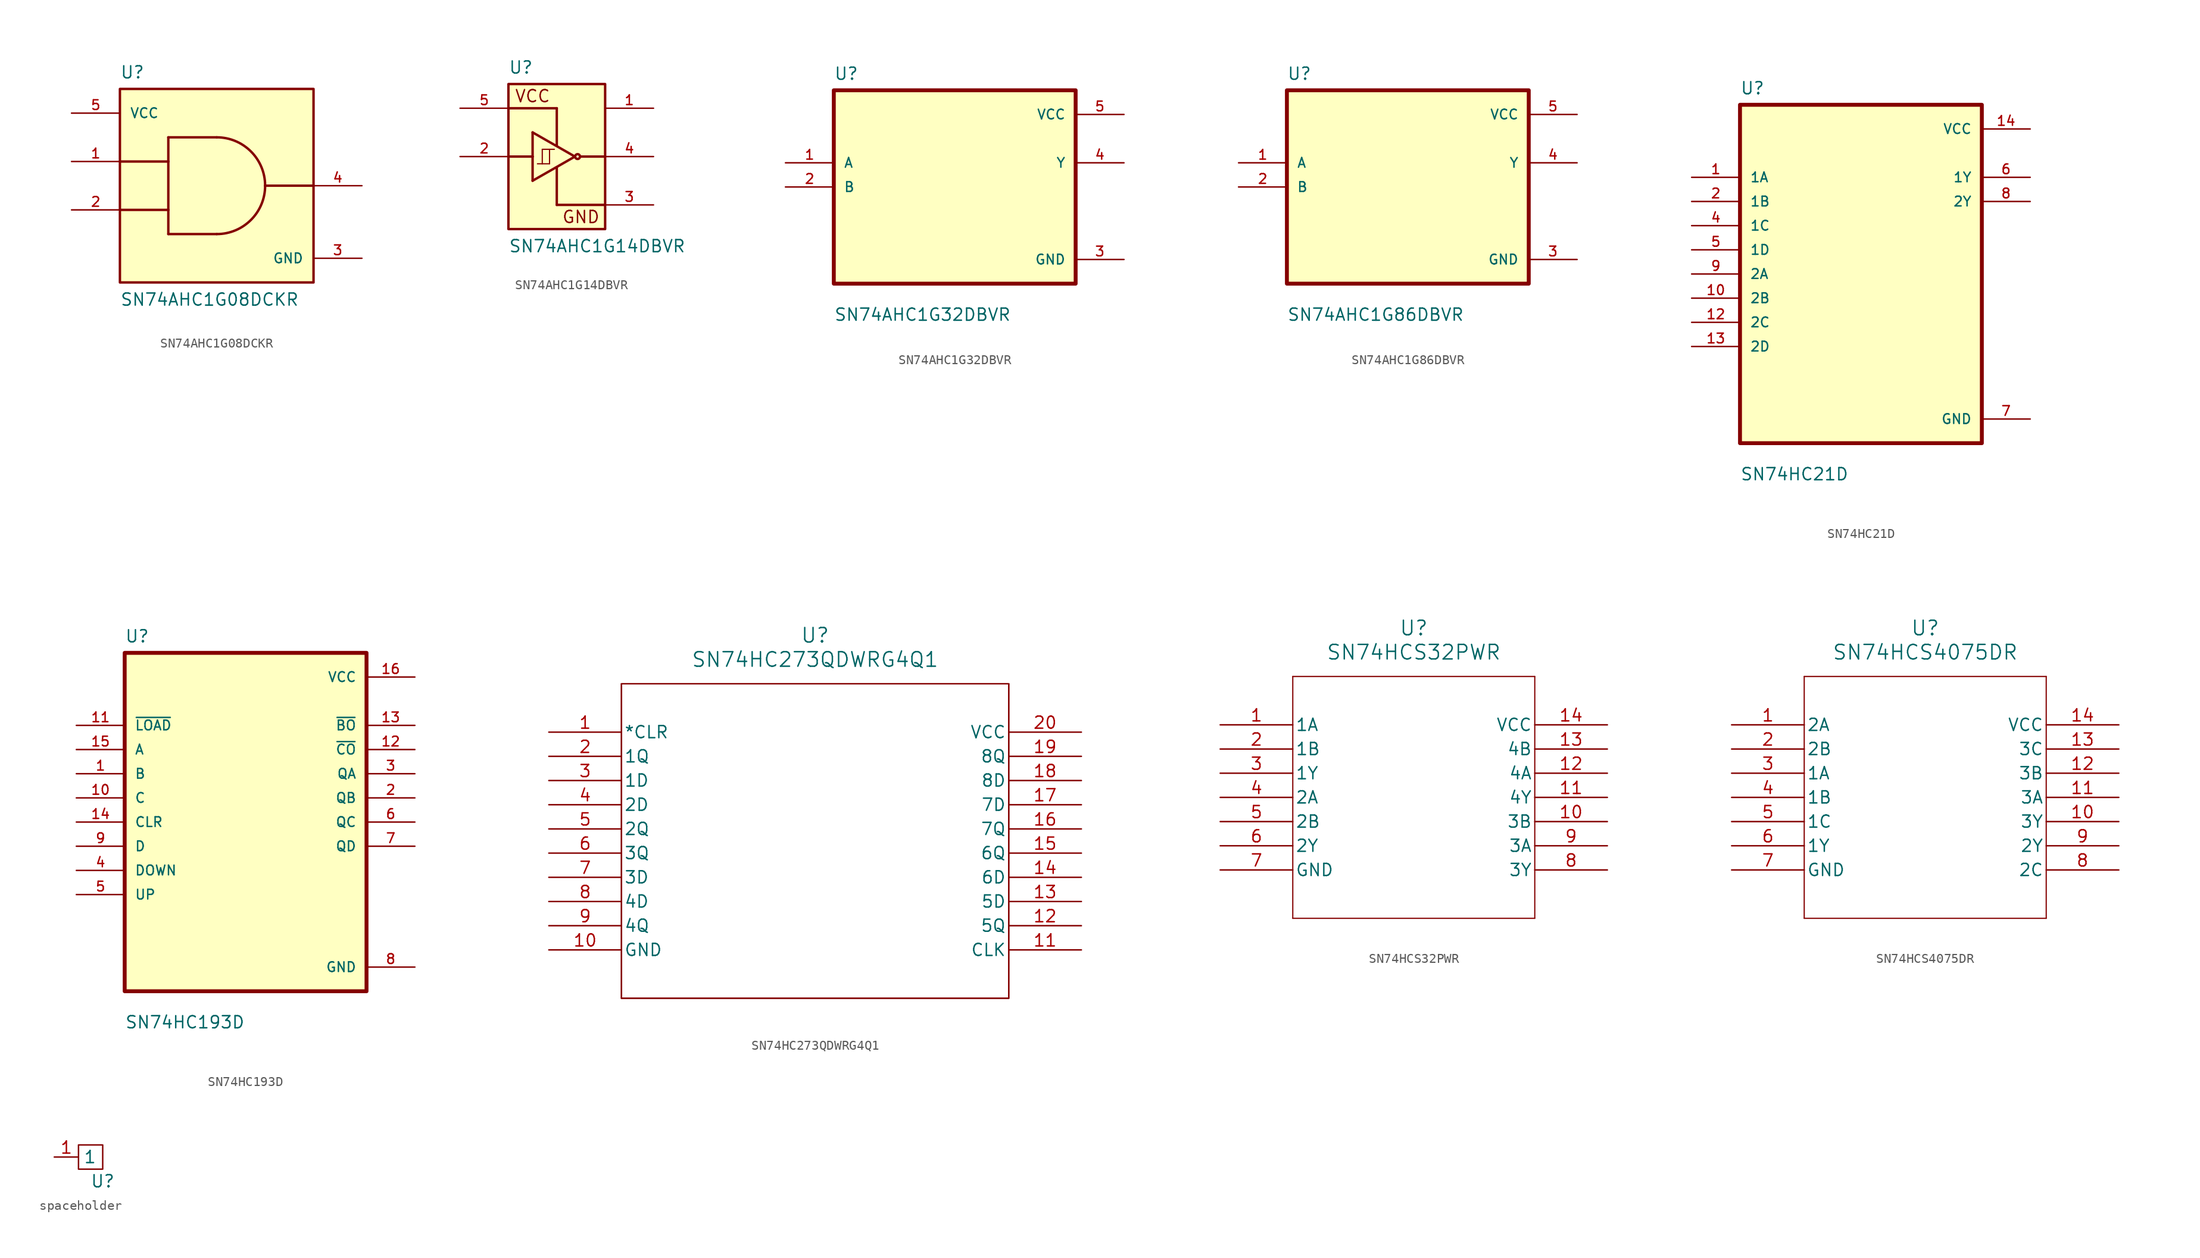
<source format=kicad_sym>
(kicad_symbol_lib
  (version 20220914)
  (generator kicad_symbol_editor)
  (symbol "SN74AHC1G08DCKR"
    (pin_names
      (offset 1.016))
    (property "Reference" "U"
      (at -10.16 11.16 0)
      (effects (font (size 1.27 1.27)) (justify left bottom)))
    (property "Value" "SN74AHC1G08DCKR"
      (at -10.16 -12.7 0)
      (effects (font (size 1.27 1.27)) (justify left bottom)))
    (symbol "SN74AHC1G08DCKR_0_0"
      (rectangle (start -10.16 10.16) (end 10.16 -10.16) (stroke (width 0.254) (type default)) (fill (type background)))
      (arc (start 0 -5.08) (mid 3.5921 -3.5921) (end 5.08 0) (stroke (width 0.254) (type default)) (fill (type none)))
      (polyline (pts (xy -10.16 2.54) (xy -5.08 2.54)) (stroke (width 0.254) (type default)) (fill (type none)))
      (polyline (pts (xy -5.08 -5.08) (xy 0 -5.08)) (stroke (width 0.254) (type default)) (fill (type none)))
      (polyline (pts (xy -5.08 -2.54) (xy -10.16 -2.54)) (stroke (width 0.254) (type default)) (fill (type none)))
      (polyline (pts (xy -5.08 -2.54) (xy -5.08 -5.08)) (stroke (width 0.254) (type default)) (fill (type none)))
      (polyline (pts (xy -5.08 2.54) (xy -5.08 -2.54)) (stroke (width 0.254) (type default)) (fill (type none)))
      (polyline (pts (xy -5.08 5.08) (xy -5.08 2.54)) (stroke (width 0.254) (type default)) (fill (type none)))
      (polyline (pts (xy -5.08 5.08) (xy 0 5.08)) (stroke (width 0.254) (type default)) (fill (type none)))
      (polyline (pts (xy 10.16 0) (xy 5.08 0)) (stroke (width 0.254) (type default)) (fill (type none)))
      (arc (start 5.08 0) (mid 3.5921 3.5921) (end 0 5.08) (stroke (width 0.254) (type default)) (fill (type none)))
      (pin input line (at -15.24 2.54 0) (length 5.08) (name "~" (effects (font (size 1.016 1.016)))) (number "1" (effects (font (size 1.016 1.016)))))
      (pin input line (at -15.24 -2.54 0) (length 5.08) (name "~" (effects (font (size 1.016 1.016)))) (number "2" (effects (font (size 1.016 1.016)))))
      (pin power_in line (at 15.24 -7.62 180) (length 5.08) (name "GND" (effects (font (size 1.016 1.016)))) (number "3" (effects (font (size 1.016 1.016)))))
      (pin output line (at 15.24 0 180) (length 5.08) (name "~" (effects (font (size 1.016 1.016)))) (number "4" (effects (font (size 1.016 1.016)))))
      (pin power_in line (at -15.24 7.62 0) (length 5.08) (name "VCC" (effects (font (size 1.016 1.016)))) (number "5" (effects (font (size 1.016 1.016)))))))
  (symbol "SN74AHC1G14DBVR"
    (pin_names
      (offset 1.016))
    (property "Reference" "U"
      (at -5.08 8.62 0)
      (effects (font (size 1.27 1.27)) (justify left bottom)))
    (property "Value" "SN74AHC1G14DBVR"
      (at -5.08 -10.16 0)
      (effects (font (size 1.27 1.27)) (justify left bottom)))
    (symbol "SN74AHC1G14DBVR_0_0"
      (rectangle (start -5.08 -7.62) (end 5.08 7.62) (stroke (width 0.254) (type default)) (fill (type background)))
      (polyline (pts (xy -5.08 0) (xy -2.54 0)) (stroke (width 0.254) (type default)) (fill (type none)))
      (polyline (pts (xy -5.08 5.08) (xy 0 5.08)) (stroke (width 0.254) (type default)) (fill (type none)))
      (polyline (pts (xy -2.54 -2.54) (xy -2.54 0)) (stroke (width 0.254) (type default)) (fill (type none)))
      (polyline (pts (xy -2.54 0) (xy -2.54 2.54)) (stroke (width 0.254) (type default)) (fill (type none)))
      (polyline (pts (xy -2.54 2.54) (xy 1.905 0)) (stroke (width 0.254) (type default)) (fill (type none)))
      (polyline (pts (xy -1.524 -0.762) (xy -2.032 -0.762)) (stroke (width 0.127) (type default)) (fill (type none)))
      (polyline (pts (xy -1.524 -0.762) (xy -0.762 -0.762)) (stroke (width 0.127) (type default)) (fill (type none)))
      (polyline (pts (xy -1.524 0.762) (xy -1.524 -0.762)) (stroke (width 0.127) (type default)) (fill (type none)))
      (polyline (pts (xy -0.762 -0.762) (xy -0.762 0.762)) (stroke (width 0.127) (type default)) (fill (type none)))
      (polyline (pts (xy -0.762 0.762) (xy -1.524 0.762)) (stroke (width 0.127) (type default)) (fill (type none)))
      (polyline (pts (xy -0.762 0.762) (xy -0.254 0.762)) (stroke (width 0.127) (type default)) (fill (type none)))
      (polyline (pts (xy 0 -5.08) (xy 5.08 -5.08)) (stroke (width 0.254) (type default)) (fill (type none)))
      (polyline (pts (xy 0 -1.143) (xy 0 -5.08)) (stroke (width 0.254) (type default)) (fill (type none)))
      (polyline (pts (xy 0 5.08) (xy 0 1.143)) (stroke (width 0.254) (type default)) (fill (type none)))
      (polyline (pts (xy 1.905 0) (xy -2.54 -2.54)) (stroke (width 0.254) (type default)) (fill (type none)))
      (polyline (pts (xy 2.54 0) (xy 5.08 0)) (stroke (width 0.254) (type default)) (fill (type none)))
      (circle (center 2.184 0) (radius 0.254) (stroke (width 0.254) (type default)) (fill (type none)))
      (pin passive line (at 10.16 5.08 180) (length 5.08) (name "~" (effects (font (size 1.016 1.016)))) (number "1" (effects (font (size 1.016 1.016)))))
      (pin input line (at -10.16 0 0) (length 5.08) (name "~" (effects (font (size 1.016 1.016)))) (number "2" (effects (font (size 1.016 1.016)))))
      (pin power_in line (at 10.16 -5.08 180) (length 5.08) (name "~" (effects (font (size 1.016 1.016)))) (number "3" (effects (font (size 1.016 1.016)))))
      (pin output line (at 10.16 0 180) (length 5.08) (name "~" (effects (font (size 1.016 1.016)))) (number "4" (effects (font (size 1.016 1.016)))))
      (pin power_in line (at -10.16 5.08 0) (length 5.08) (name "~" (effects (font (size 1.016 1.016)))) (number "5" (effects (font (size 1.016 1.016))))))
    (symbol "SN74AHC1G14DBVR_1_1"
      (text "GND" (at 2.54 -6.35 0) (effects (font (size 1.27 1.27))))
      (text "VCC" (at -2.54 6.35 0) (effects (font (size 1.27 1.27))))))
  (symbol "SN74AHC1G32DBVR"
    (pin_names
      (offset 1.016))
    (property "Reference" "U"
      (at -12.7 11.16 0)
      (effects (font (size 1.27 1.27)) (justify left bottom)))
    (property "Value" "SN74AHC1G32DBVR"
      (at -12.7 -14.16 0)
      (effects (font (size 1.27 1.27)) (justify left bottom)))
    (symbol "SN74AHC1G32DBVR_0_0"
      (rectangle (start -12.7 10.16) (end 12.7 -10.16) (stroke (width 0.41) (type default)) (fill (type background)))
      (pin input line (at -17.78 2.54 0) (length 5.08) (name "A" (effects (font (size 1.016 1.016)))) (number "1" (effects (font (size 1.016 1.016)))))
      (pin input line (at -17.78 0 0) (length 5.08) (name "B" (effects (font (size 1.016 1.016)))) (number "2" (effects (font (size 1.016 1.016)))))
      (pin power_in line (at 17.78 -7.62 180) (length 5.08) (name "GND" (effects (font (size 1.016 1.016)))) (number "3" (effects (font (size 1.016 1.016)))))
      (pin output line (at 17.78 2.54 180) (length 5.08) (name "Y" (effects (font (size 1.016 1.016)))) (number "4" (effects (font (size 1.016 1.016)))))
      (pin power_in line (at 17.78 7.62 180) (length 5.08) (name "VCC" (effects (font (size 1.016 1.016)))) (number "5" (effects (font (size 1.016 1.016)))))))
  (symbol "SN74AHC1G86DBVR"
    (pin_names
      (offset 1.016))
    (property "Reference" "U"
      (at -12.7 11.16 0)
      (effects (font (size 1.27 1.27)) (justify left bottom)))
    (property "Value" "SN74AHC1G86DBVR"
      (at -12.7 -14.16 0)
      (effects (font (size 1.27 1.27)) (justify left bottom)))
    (symbol "SN74AHC1G86DBVR_0_0"
      (rectangle (start -12.7 -10.16) (end 12.7 10.16) (stroke (width 0.41) (type default)) (fill (type background)))
      (pin input line (at -17.78 2.54 0) (length 5.08) (name "A" (effects (font (size 1.016 1.016)))) (number "1" (effects (font (size 1.016 1.016)))))
      (pin input line (at -17.78 0 0) (length 5.08) (name "B" (effects (font (size 1.016 1.016)))) (number "2" (effects (font (size 1.016 1.016)))))
      (pin power_in line (at 17.78 -7.62 180) (length 5.08) (name "GND" (effects (font (size 1.016 1.016)))) (number "3" (effects (font (size 1.016 1.016)))))
      (pin output line (at 17.78 2.54 180) (length 5.08) (name "Y" (effects (font (size 1.016 1.016)))) (number "4" (effects (font (size 1.016 1.016)))))
      (pin power_in line (at 17.78 7.62 180) (length 5.08) (name "VCC" (effects (font (size 1.016 1.016)))) (number "5" (effects (font (size 1.016 1.016)))))))
  (symbol "SN74HC21D"
    (pin_names
      (offset 1.016))
    (property "Reference" "U"
      (at -12.7 18.78 0)
      (effects (font (size 1.27 1.27)) (justify left bottom)))
    (property "Value" "SN74HC21D"
      (at -12.7 -21.78 0)
      (effects (font (size 1.27 1.27)) (justify left bottom)))
    (symbol "SN74HC21D_0_0"
      (rectangle (start -12.7 -17.78) (end 12.7 17.78) (stroke (width 0.41) (type default)) (fill (type background)))
      (pin input line (at -17.78 10.16 0) (length 5.08) (name "1A" (effects (font (size 1.016 1.016)))) (number "1" (effects (font (size 1.016 1.016)))))
      (pin input line (at -17.78 -2.54 0) (length 5.08) (name "2B" (effects (font (size 1.016 1.016)))) (number "10" (effects (font (size 1.016 1.016)))))
      (pin input line (at -17.78 -5.08 0) (length 5.08) (name "2C" (effects (font (size 1.016 1.016)))) (number "12" (effects (font (size 1.016 1.016)))))
      (pin input line (at -17.78 -7.62 0) (length 5.08) (name "2D" (effects (font (size 1.016 1.016)))) (number "13" (effects (font (size 1.016 1.016)))))
      (pin power_in line (at 17.78 15.24 180) (length 5.08) (name "VCC" (effects (font (size 1.016 1.016)))) (number "14" (effects (font (size 1.016 1.016)))))
      (pin input line (at -17.78 7.62 0) (length 5.08) (name "1B" (effects (font (size 1.016 1.016)))) (number "2" (effects (font (size 1.016 1.016)))))
      (pin input line (at -17.78 5.08 0) (length 5.08) (name "1C" (effects (font (size 1.016 1.016)))) (number "4" (effects (font (size 1.016 1.016)))))
      (pin input line (at -17.78 2.54 0) (length 5.08) (name "1D" (effects (font (size 1.016 1.016)))) (number "5" (effects (font (size 1.016 1.016)))))
      (pin output line (at 17.78 10.16 180) (length 5.08) (name "1Y" (effects (font (size 1.016 1.016)))) (number "6" (effects (font (size 1.016 1.016)))))
      (pin power_in line (at 17.78 -15.24 180) (length 5.08) (name "GND" (effects (font (size 1.016 1.016)))) (number "7" (effects (font (size 1.016 1.016)))))
      (pin output line (at 17.78 7.62 180) (length 5.08) (name "2Y" (effects (font (size 1.016 1.016)))) (number "8" (effects (font (size 1.016 1.016)))))
      (pin input line (at -17.78 0 0) (length 5.08) (name "2A" (effects (font (size 1.016 1.016)))) (number "9" (effects (font (size 1.016 1.016)))))))
  (symbol "SN74HC193D"
    (pin_names
      (offset 1.016))
    (property "Reference" "U"
      (at -12.7 18.78 0)
      (effects (font (size 1.27 1.27)) (justify left bottom)))
    (property "Value" "SN74HC193D"
      (at -12.7 -21.78 0)
      (effects (font (size 1.27 1.27)) (justify left bottom)))
    (symbol "SN74HC193D_0_0"
      (rectangle (start -12.7 -17.78) (end 12.7 17.78) (stroke (width 0.41) (type default)) (fill (type background)))
      (pin input line (at -17.78 5.08 0) (length 5.08) (name "B" (effects (font (size 1.016 1.016)))) (number "1" (effects (font (size 1.016 1.016)))))
      (pin input line (at -17.78 2.54 0) (length 5.08) (name "C" (effects (font (size 1.016 1.016)))) (number "10" (effects (font (size 1.016 1.016)))))
      (pin input line (at -17.78 10.16 0) (length 5.08) (name "~{LOAD}" (effects (font (size 1.016 1.016)))) (number "11" (effects (font (size 1.016 1.016)))))
      (pin output line (at 17.78 7.62 180) (length 5.08) (name "~{CO}" (effects (font (size 1.016 1.016)))) (number "12" (effects (font (size 1.016 1.016)))))
      (pin output line (at 17.78 10.16 180) (length 5.08) (name "~{BO}" (effects (font (size 1.016 1.016)))) (number "13" (effects (font (size 1.016 1.016)))))
      (pin input line (at -17.78 0 0) (length 5.08) (name "CLR" (effects (font (size 1.016 1.016)))) (number "14" (effects (font (size 1.016 1.016)))))
      (pin input line (at -17.78 7.62 0) (length 5.08) (name "A" (effects (font (size 1.016 1.016)))) (number "15" (effects (font (size 1.016 1.016)))))
      (pin power_in line (at 17.78 15.24 180) (length 5.08) (name "VCC" (effects (font (size 1.016 1.016)))) (number "16" (effects (font (size 1.016 1.016)))))
      (pin output line (at 17.78 2.54 180) (length 5.08) (name "QB" (effects (font (size 1.016 1.016)))) (number "2" (effects (font (size 1.016 1.016)))))
      (pin output line (at 17.78 5.08 180) (length 5.08) (name "QA" (effects (font (size 1.016 1.016)))) (number "3" (effects (font (size 1.016 1.016)))))
      (pin input line (at -17.78 -5.08 0) (length 5.08) (name "DOWN" (effects (font (size 1.016 1.016)))) (number "4" (effects (font (size 1.016 1.016)))))
      (pin input line (at -17.78 -7.62 0) (length 5.08) (name "UP" (effects (font (size 1.016 1.016)))) (number "5" (effects (font (size 1.016 1.016)))))
      (pin output line (at 17.78 0 180) (length 5.08) (name "QC" (effects (font (size 1.016 1.016)))) (number "6" (effects (font (size 1.016 1.016)))))
      (pin output line (at 17.78 -2.54 180) (length 5.08) (name "QD" (effects (font (size 1.016 1.016)))) (number "7" (effects (font (size 1.016 1.016)))))
      (pin power_in line (at 17.78 -15.24 180) (length 5.08) (name "GND" (effects (font (size 1.016 1.016)))) (number "8" (effects (font (size 1.016 1.016)))))
      (pin input line (at -17.78 -2.54 0) (length 5.08) (name "D" (effects (font (size 1.016 1.016)))) (number "9" (effects (font (size 1.016 1.016)))))))
  (symbol "SN74HC273QDWRG4Q1"
    (pin_names
      (offset 0.254))
    (property "Reference" "U"
      (at 27.94 10.16 0)
      (effects (font (size 1.524 1.524))))
    (property "Value" "SN74HC273QDWRG4Q1"
      (at 27.94 7.62 0)
      (effects (font (size 1.524 1.524))))
    (symbol "SN74HC273QDWRG4Q1_0_1"
      (polyline (pts (xy 7.62 -27.94) (xy 48.26 -27.94)) (stroke (width 0.127) (type default)) (fill (type none)))
      (polyline (pts (xy 7.62 5.08) (xy 7.62 -27.94)) (stroke (width 0.127) (type default)) (fill (type none)))
      (polyline (pts (xy 48.26 -27.94) (xy 48.26 5.08)) (stroke (width 0.127) (type default)) (fill (type none)))
      (polyline (pts (xy 48.26 5.08) (xy 7.62 5.08)) (stroke (width 0.127) (type default)) (fill (type none)))
      (rectangle (start 7.62 5.08) (end 48.26 -27.94) (stroke (width 0) (type default)) (fill (type none)))
      (pin input line (at 0 0 0) (length 7.62) (name "*CLR" (effects (font (size 1.27 1.27)))) (number "1" (effects (font (size 1.27 1.27)))))
      (pin power_in line (at 0 -22.86 0) (length 7.62) (name "GND" (effects (font (size 1.27 1.27)))) (number "10" (effects (font (size 1.27 1.27)))))
      (pin input line (at 55.88 -22.86 180) (length 7.62) (name "CLK" (effects (font (size 1.27 1.27)))) (number "11" (effects (font (size 1.27 1.27)))))
      (pin output line (at 55.88 -20.32 180) (length 7.62) (name "5Q" (effects (font (size 1.27 1.27)))) (number "12" (effects (font (size 1.27 1.27)))))
      (pin input line (at 55.88 -17.78 180) (length 7.62) (name "5D" (effects (font (size 1.27 1.27)))) (number "13" (effects (font (size 1.27 1.27)))))
      (pin input line (at 55.88 -15.24 180) (length 7.62) (name "6D" (effects (font (size 1.27 1.27)))) (number "14" (effects (font (size 1.27 1.27)))))
      (pin output line (at 55.88 -12.7 180) (length 7.62) (name "6Q" (effects (font (size 1.27 1.27)))) (number "15" (effects (font (size 1.27 1.27)))))
      (pin output line (at 55.88 -10.16 180) (length 7.62) (name "7Q" (effects (font (size 1.27 1.27)))) (number "16" (effects (font (size 1.27 1.27)))))
      (pin input line (at 55.88 -7.62 180) (length 7.62) (name "7D" (effects (font (size 1.27 1.27)))) (number "17" (effects (font (size 1.27 1.27)))))
      (pin input line (at 55.88 -5.08 180) (length 7.62) (name "8D" (effects (font (size 1.27 1.27)))) (number "18" (effects (font (size 1.27 1.27)))))
      (pin output line (at 55.88 -2.54 180) (length 7.62) (name "8Q" (effects (font (size 1.27 1.27)))) (number "19" (effects (font (size 1.27 1.27)))))
      (pin output line (at 0 -2.54 0) (length 7.62) (name "1Q" (effects (font (size 1.27 1.27)))) (number "2" (effects (font (size 1.27 1.27)))))
      (pin power_in line (at 55.88 0 180) (length 7.62) (name "VCC" (effects (font (size 1.27 1.27)))) (number "20" (effects (font (size 1.27 1.27)))))
      (pin input line (at 0 -5.08 0) (length 7.62) (name "1D" (effects (font (size 1.27 1.27)))) (number "3" (effects (font (size 1.27 1.27)))))
      (pin input line (at 0 -7.62 0) (length 7.62) (name "2D" (effects (font (size 1.27 1.27)))) (number "4" (effects (font (size 1.27 1.27)))))
      (pin output line (at 0 -10.16 0) (length 7.62) (name "2Q" (effects (font (size 1.27 1.27)))) (number "5" (effects (font (size 1.27 1.27)))))
      (pin output line (at 0 -12.7 0) (length 7.62) (name "3Q" (effects (font (size 1.27 1.27)))) (number "6" (effects (font (size 1.27 1.27)))))
      (pin input line (at 0 -15.24 0) (length 7.62) (name "3D" (effects (font (size 1.27 1.27)))) (number "7" (effects (font (size 1.27 1.27)))))
      (pin input line (at 0 -17.78 0) (length 7.62) (name "4D" (effects (font (size 1.27 1.27)))) (number "8" (effects (font (size 1.27 1.27)))))
      (pin output line (at 0 -20.32 0) (length 7.62) (name "4Q" (effects (font (size 1.27 1.27)))) (number "9" (effects (font (size 1.27 1.27)))))))
  (symbol "SN74HCS32PWR"
    (pin_names
      (offset 0.254))
    (property "Reference" "U"
      (at 20.32 10.16 0)
      (effects (font (size 1.524 1.524))))
    (property "Value" "SN74HCS32PWR"
      (at 20.32 7.62 0)
      (effects (font (size 1.524 1.524))))
    (symbol "SN74HCS32PWR_0_1"
      (polyline (pts (xy 7.62 -20.32) (xy 33.02 -20.32)) (stroke (width 0.127) (type default)) (fill (type none)))
      (polyline (pts (xy 7.62 5.08) (xy 7.62 -20.32)) (stroke (width 0.127) (type default)) (fill (type none)))
      (polyline (pts (xy 33.02 -20.32) (xy 33.02 5.08)) (stroke (width 0.127) (type default)) (fill (type none)))
      (polyline (pts (xy 33.02 5.08) (xy 7.62 5.08)) (stroke (width 0.127) (type default)) (fill (type none)))
      (pin bidirectional line (at 0 0 0) (length 7.62) (name "1A" (effects (font (size 1.27 1.27)))) (number "1" (effects (font (size 1.27 1.27)))))
      (pin bidirectional line (at 40.64 -10.16 180) (length 7.62) (name "3B" (effects (font (size 1.27 1.27)))) (number "10" (effects (font (size 1.27 1.27)))))
      (pin bidirectional line (at 40.64 -7.62 180) (length 7.62) (name "4Y" (effects (font (size 1.27 1.27)))) (number "11" (effects (font (size 1.27 1.27)))))
      (pin bidirectional line (at 40.64 -5.08 180) (length 7.62) (name "4A" (effects (font (size 1.27 1.27)))) (number "12" (effects (font (size 1.27 1.27)))))
      (pin bidirectional line (at 40.64 -2.54 180) (length 7.62) (name "4B" (effects (font (size 1.27 1.27)))) (number "13" (effects (font (size 1.27 1.27)))))
      (pin power_in line (at 40.64 0 180) (length 7.62) (name "VCC" (effects (font (size 1.27 1.27)))) (number "14" (effects (font (size 1.27 1.27)))))
      (pin bidirectional line (at 0 -2.54 0) (length 7.62) (name "1B" (effects (font (size 1.27 1.27)))) (number "2" (effects (font (size 1.27 1.27)))))
      (pin bidirectional line (at 0 -5.08 0) (length 7.62) (name "1Y" (effects (font (size 1.27 1.27)))) (number "3" (effects (font (size 1.27 1.27)))))
      (pin bidirectional line (at 0 -7.62 0) (length 7.62) (name "2A" (effects (font (size 1.27 1.27)))) (number "4" (effects (font (size 1.27 1.27)))))
      (pin bidirectional line (at 0 -10.16 0) (length 7.62) (name "2B" (effects (font (size 1.27 1.27)))) (number "5" (effects (font (size 1.27 1.27)))))
      (pin bidirectional line (at 0 -12.7 0) (length 7.62) (name "2Y" (effects (font (size 1.27 1.27)))) (number "6" (effects (font (size 1.27 1.27)))))
      (pin power_out line (at 0 -15.24 0) (length 7.62) (name "GND" (effects (font (size 1.27 1.27)))) (number "7" (effects (font (size 1.27 1.27)))))
      (pin bidirectional line (at 40.64 -15.24 180) (length 7.62) (name "3Y" (effects (font (size 1.27 1.27)))) (number "8" (effects (font (size 1.27 1.27)))))
      (pin bidirectional line (at 40.64 -12.7 180) (length 7.62) (name "3A" (effects (font (size 1.27 1.27)))) (number "9" (effects (font (size 1.27 1.27)))))))
  (symbol "SN74HCS4075DR"
    (pin_names
      (offset 0.254))
    (property "Reference" "U"
      (at 20.32 10.16 0)
      (effects (font (size 1.524 1.524))))
    (property "Value" "SN74HCS4075DR"
      (at 20.32 7.62 0)
      (effects (font (size 1.524 1.524))))
    (symbol "SN74HCS4075DR_0_1"
      (polyline (pts (xy 7.62 -20.32) (xy 33.02 -20.32)) (stroke (width 0.127) (type default)) (fill (type none)))
      (polyline (pts (xy 7.62 5.08) (xy 7.62 -20.32)) (stroke (width 0.127) (type default)) (fill (type none)))
      (polyline (pts (xy 33.02 -20.32) (xy 33.02 5.08)) (stroke (width 0.127) (type default)) (fill (type none)))
      (polyline (pts (xy 33.02 5.08) (xy 7.62 5.08)) (stroke (width 0.127) (type default)) (fill (type none)))
      (pin input line (at 0 0 0) (length 7.62) (name "2A" (effects (font (size 1.27 1.27)))) (number "1" (effects (font (size 1.27 1.27)))))
      (pin output line (at 40.64 -10.16 180) (length 7.62) (name "3Y" (effects (font (size 1.27 1.27)))) (number "10" (effects (font (size 1.27 1.27)))))
      (pin input line (at 40.64 -7.62 180) (length 7.62) (name "3A" (effects (font (size 1.27 1.27)))) (number "11" (effects (font (size 1.27 1.27)))))
      (pin input line (at 40.64 -5.08 180) (length 7.62) (name "3B" (effects (font (size 1.27 1.27)))) (number "12" (effects (font (size 1.27 1.27)))))
      (pin input line (at 40.64 -2.54 180) (length 7.62) (name "3C" (effects (font (size 1.27 1.27)))) (number "13" (effects (font (size 1.27 1.27)))))
      (pin power_in line (at 40.64 0 180) (length 7.62) (name "VCC" (effects (font (size 1.27 1.27)))) (number "14" (effects (font (size 1.27 1.27)))))
      (pin input line (at 0 -2.54 0) (length 7.62) (name "2B" (effects (font (size 1.27 1.27)))) (number "2" (effects (font (size 1.27 1.27)))))
      (pin input line (at 0 -5.08 0) (length 7.62) (name "1A" (effects (font (size 1.27 1.27)))) (number "3" (effects (font (size 1.27 1.27)))))
      (pin input line (at 0 -7.62 0) (length 7.62) (name "1B" (effects (font (size 1.27 1.27)))) (number "4" (effects (font (size 1.27 1.27)))))
      (pin input line (at 0 -10.16 0) (length 7.62) (name "1C" (effects (font (size 1.27 1.27)))) (number "5" (effects (font (size 1.27 1.27)))))
      (pin output line (at 0 -12.7 0) (length 7.62) (name "1Y" (effects (font (size 1.27 1.27)))) (number "6" (effects (font (size 1.27 1.27)))))
      (pin power_out line (at 0 -15.24 0) (length 7.62) (name "GND" (effects (font (size 1.27 1.27)))) (number "7" (effects (font (size 1.27 1.27)))))
      (pin input line (at 40.64 -15.24 180) (length 7.62) (name "2C" (effects (font (size 1.27 1.27)))) (number "8" (effects (font (size 1.27 1.27)))))
      (pin output line (at 40.64 -12.7 180) (length 7.62) (name "2Y" (effects (font (size 1.27 1.27)))) (number "9" (effects (font (size 1.27 1.27)))))))
  (symbol "spaceholder"
    (property "Reference" "U"
      (at 0 0 0)
      (effects (font (size 1.27 1.27))))
    (property "Value" ""
      (at 0 0 0)
      (effects (font (size 1.27 1.27))))
    (symbol "spaceholder_0_1"
      (rectangle (start -2.54 3.81) (end 0 1.27) (stroke (width 0) (type default)) (fill (type none))))
    (symbol "spaceholder_1_1"
      (pin input line (at -5.08 2.54 0) (length 2.54) (name "1" (effects (font (size 1.27 1.27)))) (number "1" (effects (font (size 1.27 1.27))))))))
</source>
